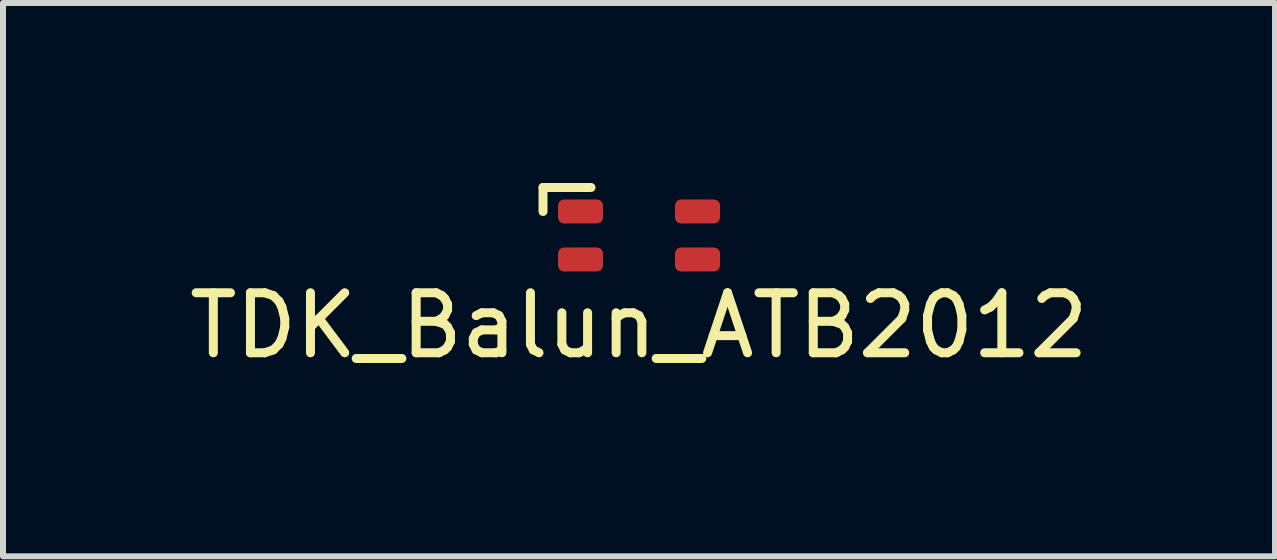
<source format=kicad_pcb>
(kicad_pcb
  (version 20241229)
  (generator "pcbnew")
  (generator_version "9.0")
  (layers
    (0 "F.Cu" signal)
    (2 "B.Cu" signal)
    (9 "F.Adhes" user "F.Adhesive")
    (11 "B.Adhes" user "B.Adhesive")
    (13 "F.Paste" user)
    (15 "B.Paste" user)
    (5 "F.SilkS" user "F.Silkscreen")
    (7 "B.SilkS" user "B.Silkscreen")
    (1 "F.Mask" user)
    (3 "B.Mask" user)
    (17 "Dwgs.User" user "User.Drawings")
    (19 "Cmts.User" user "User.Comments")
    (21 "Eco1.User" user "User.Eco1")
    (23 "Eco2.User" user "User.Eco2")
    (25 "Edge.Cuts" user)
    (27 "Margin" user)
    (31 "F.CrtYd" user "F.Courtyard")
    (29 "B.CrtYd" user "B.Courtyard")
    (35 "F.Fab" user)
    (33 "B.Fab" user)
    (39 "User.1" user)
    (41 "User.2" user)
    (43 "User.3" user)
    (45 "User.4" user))
  (footprint "TDK_Balun_ATB2012"
    (layer "F.Cu")
    (at 7.601 0.875)
    (property "Reference" "TDK_Balun_ATB2012" (at 0 1.5 0) (layer "F.SilkS") (effects (font (size 1 1) (thickness 0.15))))
    (attr through_hole)
    (fp_line (start -1.6 -0.8) (end -0.8 -0.8) (stroke (width 0.15) (type solid)) (layer "F.SilkS"))
    (fp_line (start -1.6 -0.4) (end -1.6 -0.8) (stroke (width 0.15) (type solid)) (layer "F.SilkS"))
    (pad "1" smd roundrect (at -0.975 -0.4) (size 0.75 0.4) (layers "F.Cu" "F.Mask" "F.Paste") (roundrect_rratio 0.25))
    (pad "2" smd roundrect (at -0.975 0.4) (size 0.75 0.4) (layers "F.Cu" "F.Mask" "F.Paste") (roundrect_rratio 0.25))
    (pad "3" smd roundrect (at 0.975 0.4) (size 0.75 0.4) (layers "F.Cu" "F.Mask" "F.Paste") (roundrect_rratio 0.25))
    (pad "4" smd roundrect (at 0.975 -0.4) (size 0.75 0.4) (layers "F.Cu" "F.Mask" "F.Paste") (roundrect_rratio 0.25)))
  (gr_rect
    (start -3 -3)
    (end 18.202 6.223)
    (stroke (width 0.1) (type default))
    (fill no)
    (layer "Edge.Cuts")))
</source>
